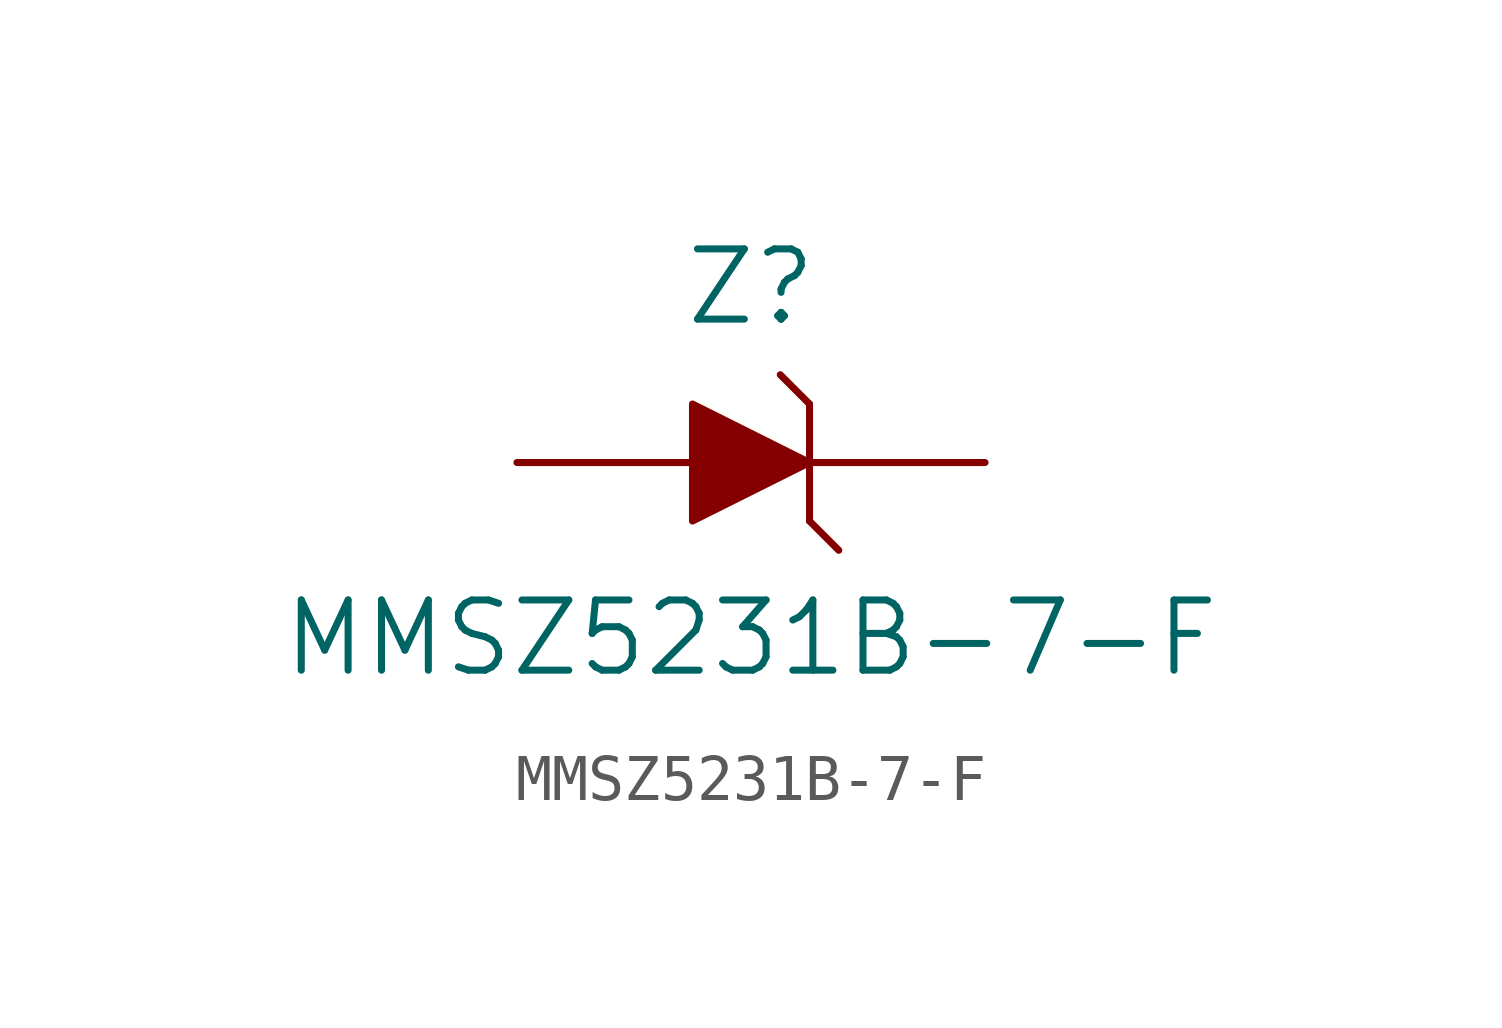
<source format=kicad_sym>
(kicad_symbol_lib
  (version 20201005)
  (generator kicad_symbol_editor)
  (symbol "MMSZ5231B-7-F"
    (pin_numbers hide)
    (pin_names
      (offset 0) hide)
    (property "Reference" "Z"
      (at 0 3.81 0)
      (effects (font (size 1.524 1.524))))
    (property "Value" "MMSZ5231B-7-F"
      (at 0 -3.81 0)
      (effects (font (size 1.524 1.524))))
    (symbol "MMSZ5231B-7-F_0_1"
      (polyline (pts (xy 1.27 -1.27) (xy 1.905 -1.905)) (stroke (width 0)) (fill (type none)))
      (polyline (pts (xy 1.27 1.27) (xy 0.635 1.905)) (stroke (width 0)) (fill (type none)))
      (polyline (pts (xy 1.27 1.27) (xy 1.27 -1.27)) (stroke (width 0)) (fill (type none)))
      (polyline (pts (xy -1.27 1.27) (xy -1.27 -1.27) (xy 1.27 0) (xy -1.27 1.27)) (stroke (width 0)) (fill (type outline))))
    (symbol "MMSZ5231B-7-F_1_1"
      (pin passive line (at -5.08 0 0) (length 3.81) (name "~" (effects (font (size 1.27 1.27)))) (number "A" (effects (font (size 1.27 1.27)))))
      (pin passive line (at 5.08 0 180) (length 3.81) (name "~" (effects (font (size 1.27 1.27)))) (number "K" (effects (font (size 1.27 1.27))))))))
</source>
